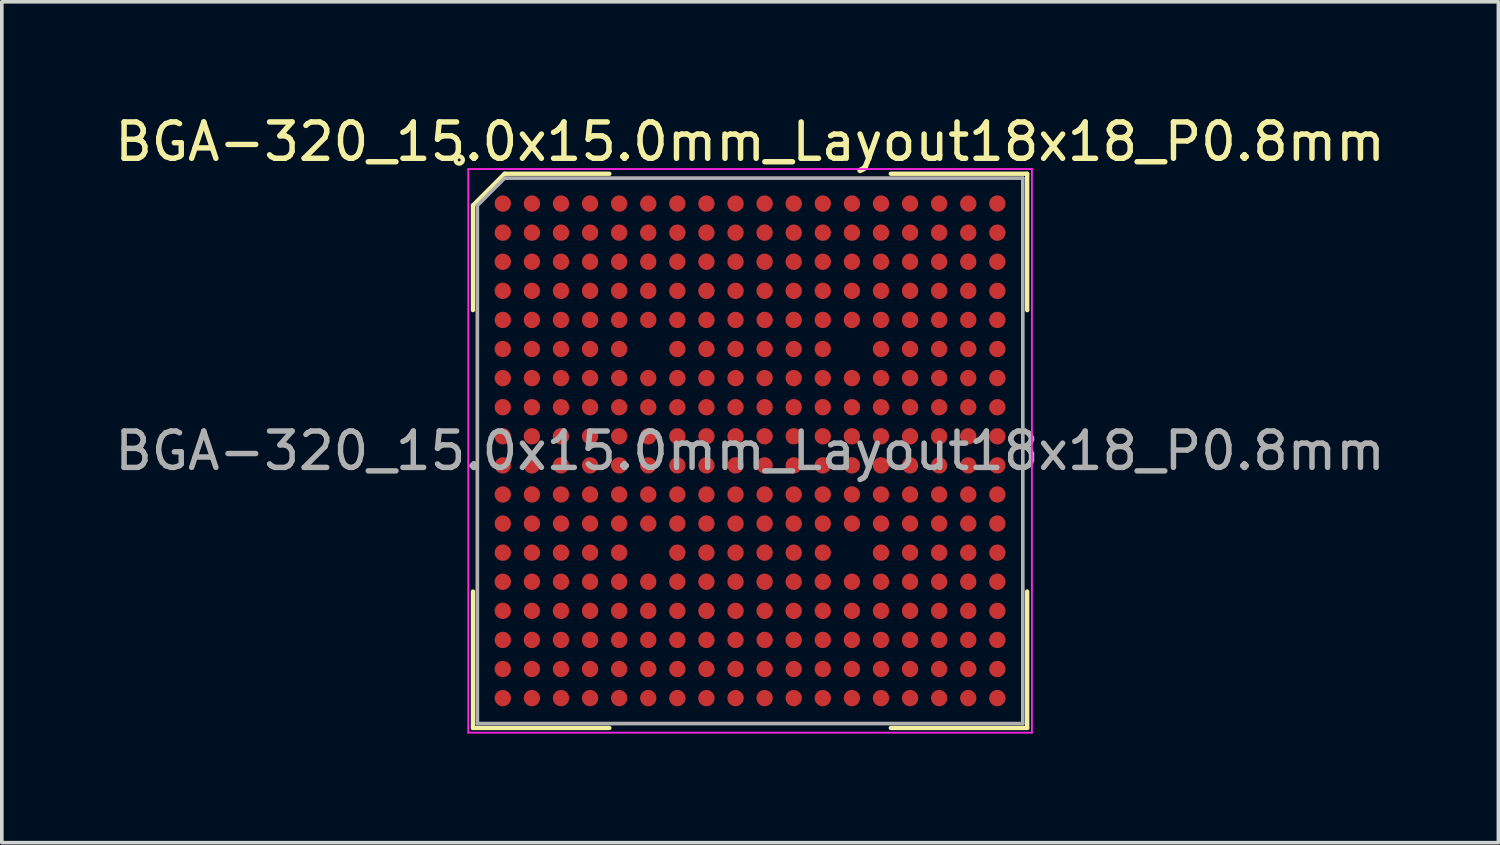
<source format=kicad_pcb>
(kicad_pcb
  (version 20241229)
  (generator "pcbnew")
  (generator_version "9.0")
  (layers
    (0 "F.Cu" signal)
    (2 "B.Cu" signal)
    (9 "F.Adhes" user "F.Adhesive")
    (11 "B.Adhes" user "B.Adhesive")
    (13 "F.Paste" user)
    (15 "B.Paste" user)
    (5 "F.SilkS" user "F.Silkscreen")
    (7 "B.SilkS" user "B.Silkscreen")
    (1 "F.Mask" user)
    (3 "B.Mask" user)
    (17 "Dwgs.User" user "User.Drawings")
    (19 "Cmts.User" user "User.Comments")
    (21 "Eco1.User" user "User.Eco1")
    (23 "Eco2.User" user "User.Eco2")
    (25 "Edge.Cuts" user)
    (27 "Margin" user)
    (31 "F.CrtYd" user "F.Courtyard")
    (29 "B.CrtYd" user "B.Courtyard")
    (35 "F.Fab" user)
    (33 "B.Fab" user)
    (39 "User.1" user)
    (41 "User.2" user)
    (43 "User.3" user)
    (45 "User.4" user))
  (footprint "BGA-320_15.0x15.0mm_Layout18x18_P0.8mm"
    (layer "F.Cu")
    (at 17.577 9.348)
    (property "Reference" "BGA-320_15.0x15.0mm_Layout18x18_P0.8mm" (at 0 -8.5 0) (layer "F.SilkS") (effects (font (size 1 1) (thickness 0.15))))
    (attr smd)
    (fp_line (start -7.62 -6.75) (end -7.62 -3.87) (stroke (width 0.12) (type solid)) (layer "F.SilkS"))
    (fp_line (start -7.62 7.62) (end -7.62 3.87) (stroke (width 0.12) (type solid)) (layer "F.SilkS"))
    (fp_line (start -6.75 -7.62) (end -7.62 -6.75) (stroke (width 0.12) (type solid)) (layer "F.SilkS"))
    (fp_line (start -3.87 -7.62) (end -6.75 -7.62) (stroke (width 0.12) (type solid)) (layer "F.SilkS"))
    (fp_line (start -3.87 7.62) (end -7.62 7.62) (stroke (width 0.12) (type solid)) (layer "F.SilkS"))
    (fp_line (start 3.87 -7.62) (end 7.62 -7.62) (stroke (width 0.12) (type solid)) (layer "F.SilkS"))
    (fp_line (start 3.87 7.62) (end 7.62 7.62) (stroke (width 0.12) (type solid)) (layer "F.SilkS"))
    (fp_line (start 7.62 -7.62) (end 7.62 -3.87) (stroke (width 0.12) (type solid)) (layer "F.SilkS"))
    (fp_line (start 7.62 7.62) (end 7.62 3.87) (stroke (width 0.12) (type solid)) (layer "F.SilkS"))
    (fp_circle (center -8 -8) (end -7.9 -8) (stroke (width 0.12) (type solid)) (fill no) (layer "F.SilkS"))
    (fp_line (start -7.75 -7.75) (end 7.75 -7.75) (stroke (width 0.05) (type solid)) (layer "F.CrtYd"))
    (fp_line (start -7.75 7.75) (end -7.75 -7.75) (stroke (width 0.05) (type solid)) (layer "F.CrtYd"))
    (fp_line (start 7.75 -7.75) (end 7.75 7.75) (stroke (width 0.05) (type solid)) (layer "F.CrtYd"))
    (fp_line (start 7.75 7.75) (end -7.75 7.75) (stroke (width 0.05) (type solid)) (layer "F.CrtYd"))
    (fp_line (start -7.5 -6.75) (end -7.5 7.5) (stroke (width 0.1) (type solid)) (layer "F.Fab"))
    (fp_line (start -7.5 7.5) (end 7.5 7.5) (stroke (width 0.1) (type solid)) (layer "F.Fab"))
    (fp_line (start -6.75 -7.5) (end -7.5 -6.75) (stroke (width 0.1) (type solid)) (layer "F.Fab"))
    (fp_line (start 7.5 -7.5) (end -6.75 -7.5) (stroke (width 0.1) (type solid)) (layer "F.Fab"))
    (fp_line (start 7.5 7.5) (end 7.5 -7.5) (stroke (width 0.1) (type solid)) (layer "F.Fab"))
    (fp_text user "${REFERENCE}" (at 0 0 0) (layer "F.Fab") (effects (font (size 1 1) (thickness 0.15))))
    (pad "A1" smd circle (at -6.8 -6.8) (size 0.45 0.45) (layers "F.Cu" "F.Mask" "F.Paste"))
    (pad "A2" smd circle (at -6 -6.8) (size 0.45 0.45) (layers "F.Cu" "F.Mask" "F.Paste"))
    (pad "A3" smd circle (at -5.2 -6.8) (size 0.45 0.45) (layers "F.Cu" "F.Mask" "F.Paste"))
    (pad "A4" smd circle (at -4.4 -6.8) (size 0.45 0.45) (layers "F.Cu" "F.Mask" "F.Paste"))
    (pad "A5" smd circle (at -3.6 -6.8) (size 0.45 0.45) (layers "F.Cu" "F.Mask" "F.Paste"))
    (pad "A6" smd circle (at -2.8 -6.8) (size 0.45 0.45) (layers "F.Cu" "F.Mask" "F.Paste"))
    (pad "A7" smd circle (at -2 -6.8) (size 0.45 0.45) (layers "F.Cu" "F.Mask" "F.Paste"))
    (pad "A8" smd circle (at -1.2 -6.8) (size 0.45 0.45) (layers "F.Cu" "F.Mask" "F.Paste"))
    (pad "A9" smd circle (at -0.4 -6.8) (size 0.45 0.45) (layers "F.Cu" "F.Mask" "F.Paste"))
    (pad "A10" smd circle (at 0.4 -6.8) (size 0.45 0.45) (layers "F.Cu" "F.Mask" "F.Paste"))
    (pad "A11" smd circle (at 1.2 -6.8) (size 0.45 0.45) (layers "F.Cu" "F.Mask" "F.Paste"))
    (pad "A12" smd circle (at 2 -6.8) (size 0.45 0.45) (layers "F.Cu" "F.Mask" "F.Paste"))
    (pad "A13" smd circle (at 2.8 -6.8) (size 0.45 0.45) (layers "F.Cu" "F.Mask" "F.Paste"))
    (pad "A14" smd circle (at 3.6 -6.8) (size 0.45 0.45) (layers "F.Cu" "F.Mask" "F.Paste"))
    (pad "A15" smd circle (at 4.4 -6.8) (size 0.45 0.45) (layers "F.Cu" "F.Mask" "F.Paste"))
    (pad "A16" smd circle (at 5.2 -6.8) (size 0.45 0.45) (layers "F.Cu" "F.Mask" "F.Paste"))
    (pad "A17" smd circle (at 6 -6.8) (size 0.45 0.45) (layers "F.Cu" "F.Mask" "F.Paste"))
    (pad "A18" smd circle (at 6.8 -6.8) (size 0.45 0.45) (layers "F.Cu" "F.Mask" "F.Paste"))
    (pad "B1" smd circle (at -6.8 -6) (size 0.45 0.45) (layers "F.Cu" "F.Mask" "F.Paste"))
    (pad "B2" smd circle (at -6 -6) (size 0.45 0.45) (layers "F.Cu" "F.Mask" "F.Paste"))
    (pad "B3" smd circle (at -5.2 -6) (size 0.45 0.45) (layers "F.Cu" "F.Mask" "F.Paste"))
    (pad "B4" smd circle (at -4.4 -6) (size 0.45 0.45) (layers "F.Cu" "F.Mask" "F.Paste"))
    (pad "B5" smd circle (at -3.6 -6) (size 0.45 0.45) (layers "F.Cu" "F.Mask" "F.Paste"))
    (pad "B6" smd circle (at -2.8 -6) (size 0.45 0.45) (layers "F.Cu" "F.Mask" "F.Paste"))
    (pad "B7" smd circle (at -2 -6) (size 0.45 0.45) (layers "F.Cu" "F.Mask" "F.Paste"))
    (pad "B8" smd circle (at -1.2 -6) (size 0.45 0.45) (layers "F.Cu" "F.Mask" "F.Paste"))
    (pad "B9" smd circle (at -0.4 -6) (size 0.45 0.45) (layers "F.Cu" "F.Mask" "F.Paste"))
    (pad "B10" smd circle (at 0.4 -6) (size 0.45 0.45) (layers "F.Cu" "F.Mask" "F.Paste"))
    (pad "B11" smd circle (at 1.2 -6) (size 0.45 0.45) (layers "F.Cu" "F.Mask" "F.Paste"))
    (pad "B12" smd circle (at 2 -6) (size 0.45 0.45) (layers "F.Cu" "F.Mask" "F.Paste"))
    (pad "B13" smd circle (at 2.8 -6) (size 0.45 0.45) (layers "F.Cu" "F.Mask" "F.Paste"))
    (pad "B14" smd circle (at 3.6 -6) (size 0.45 0.45) (layers "F.Cu" "F.Mask" "F.Paste"))
    (pad "B15" smd circle (at 4.4 -6) (size 0.45 0.45) (layers "F.Cu" "F.Mask" "F.Paste"))
    (pad "B16" smd circle (at 5.2 -6) (size 0.45 0.45) (layers "F.Cu" "F.Mask" "F.Paste"))
    (pad "B17" smd circle (at 6 -6) (size 0.45 0.45) (layers "F.Cu" "F.Mask" "F.Paste"))
    (pad "B18" smd circle (at 6.8 -6) (size 0.45 0.45) (layers "F.Cu" "F.Mask" "F.Paste"))
    (pad "C1" smd circle (at -6.8 -5.2) (size 0.45 0.45) (layers "F.Cu" "F.Mask" "F.Paste"))
    (pad "C2" smd circle (at -6 -5.2) (size 0.45 0.45) (layers "F.Cu" "F.Mask" "F.Paste"))
    (pad "C3" smd circle (at -5.2 -5.2) (size 0.45 0.45) (layers "F.Cu" "F.Mask" "F.Paste"))
    (pad "C4" smd circle (at -4.4 -5.2) (size 0.45 0.45) (layers "F.Cu" "F.Mask" "F.Paste"))
    (pad "C5" smd circle (at -3.6 -5.2) (size 0.45 0.45) (layers "F.Cu" "F.Mask" "F.Paste"))
    (pad "C6" smd circle (at -2.8 -5.2) (size 0.45 0.45) (layers "F.Cu" "F.Mask" "F.Paste"))
    (pad "C7" smd circle (at -2 -5.2) (size 0.45 0.45) (layers "F.Cu" "F.Mask" "F.Paste"))
    (pad "C8" smd circle (at -1.2 -5.2) (size 0.45 0.45) (layers "F.Cu" "F.Mask" "F.Paste"))
    (pad "C9" smd circle (at -0.4 -5.2) (size 0.45 0.45) (layers "F.Cu" "F.Mask" "F.Paste"))
    (pad "C10" smd circle (at 0.4 -5.2) (size 0.45 0.45) (layers "F.Cu" "F.Mask" "F.Paste"))
    (pad "C11" smd circle (at 1.2 -5.2) (size 0.45 0.45) (layers "F.Cu" "F.Mask" "F.Paste"))
    (pad "C12" smd circle (at 2 -5.2) (size 0.45 0.45) (layers "F.Cu" "F.Mask" "F.Paste"))
    (pad "C13" smd circle (at 2.8 -5.2) (size 0.45 0.45) (layers "F.Cu" "F.Mask" "F.Paste"))
    (pad "C14" smd circle (at 3.6 -5.2) (size 0.45 0.45) (layers "F.Cu" "F.Mask" "F.Paste"))
    (pad "C15" smd circle (at 4.4 -5.2) (size 0.45 0.45) (layers "F.Cu" "F.Mask" "F.Paste"))
    (pad "C16" smd circle (at 5.2 -5.2) (size 0.45 0.45) (layers "F.Cu" "F.Mask" "F.Paste"))
    (pad "C17" smd circle (at 6 -5.2) (size 0.45 0.45) (layers "F.Cu" "F.Mask" "F.Paste"))
    (pad "C18" smd circle (at 6.8 -5.2) (size 0.45 0.45) (layers "F.Cu" "F.Mask" "F.Paste"))
    (pad "D1" smd circle (at -6.8 -4.4) (size 0.45 0.45) (layers "F.Cu" "F.Mask" "F.Paste"))
    (pad "D2" smd circle (at -6 -4.4) (size 0.45 0.45) (layers "F.Cu" "F.Mask" "F.Paste"))
    (pad "D3" smd circle (at -5.2 -4.4) (size 0.45 0.45) (layers "F.Cu" "F.Mask" "F.Paste"))
    (pad "D4" smd circle (at -4.4 -4.4) (size 0.45 0.45) (layers "F.Cu" "F.Mask" "F.Paste"))
    (pad "D5" smd circle (at -3.6 -4.4) (size 0.45 0.45) (layers "F.Cu" "F.Mask" "F.Paste"))
    (pad "D6" smd circle (at -2.8 -4.4) (size 0.45 0.45) (layers "F.Cu" "F.Mask" "F.Paste"))
    (pad "D7" smd circle (at -2 -4.4) (size 0.45 0.45) (layers "F.Cu" "F.Mask" "F.Paste"))
    (pad "D8" smd circle (at -1.2 -4.4) (size 0.45 0.45) (layers "F.Cu" "F.Mask" "F.Paste"))
    (pad "D9" smd circle (at -0.4 -4.4) (size 0.45 0.45) (layers "F.Cu" "F.Mask" "F.Paste"))
    (pad "D10" smd circle (at 0.4 -4.4) (size 0.45 0.45) (layers "F.Cu" "F.Mask" "F.Paste"))
    (pad "D11" smd circle (at 1.2 -4.4) (size 0.45 0.45) (layers "F.Cu" "F.Mask" "F.Paste"))
    (pad "D12" smd circle (at 2 -4.4) (size 0.45 0.45) (layers "F.Cu" "F.Mask" "F.Paste"))
    (pad "D13" smd circle (at 2.8 -4.4) (size 0.45 0.45) (layers "F.Cu" "F.Mask" "F.Paste"))
    (pad "D14" smd circle (at 3.6 -4.4) (size 0.45 0.45) (layers "F.Cu" "F.Mask" "F.Paste"))
    (pad "D15" smd circle (at 4.4 -4.4) (size 0.45 0.45) (layers "F.Cu" "F.Mask" "F.Paste"))
    (pad "D16" smd circle (at 5.2 -4.4) (size 0.45 0.45) (layers "F.Cu" "F.Mask" "F.Paste"))
    (pad "D17" smd circle (at 6 -4.4) (size 0.45 0.45) (layers "F.Cu" "F.Mask" "F.Paste"))
    (pad "D18" smd circle (at 6.8 -4.4) (size 0.45 0.45) (layers "F.Cu" "F.Mask" "F.Paste"))
    (pad "E1" smd circle (at -6.8 -3.6) (size 0.45 0.45) (layers "F.Cu" "F.Mask" "F.Paste"))
    (pad "E2" smd circle (at -6 -3.6) (size 0.45 0.45) (layers "F.Cu" "F.Mask" "F.Paste"))
    (pad "E3" smd circle (at -5.2 -3.6) (size 0.45 0.45) (layers "F.Cu" "F.Mask" "F.Paste"))
    (pad "E4" smd circle (at -4.4 -3.6) (size 0.45 0.45) (layers "F.Cu" "F.Mask" "F.Paste"))
    (pad "E5" smd circle (at -3.6 -3.6) (size 0.45 0.45) (layers "F.Cu" "F.Mask" "F.Paste"))
    (pad "E6" smd circle (at -2.8 -3.6) (size 0.45 0.45) (layers "F.Cu" "F.Mask" "F.Paste"))
    (pad "E7" smd circle (at -2 -3.6) (size 0.45 0.45) (layers "F.Cu" "F.Mask" "F.Paste"))
    (pad "E8" smd circle (at -1.2 -3.6) (size 0.45 0.45) (layers "F.Cu" "F.Mask" "F.Paste"))
    (pad "E9" smd circle (at -0.4 -3.6) (size 0.45 0.45) (layers "F.Cu" "F.Mask" "F.Paste"))
    (pad "E10" smd circle (at 0.4 -3.6) (size 0.45 0.45) (layers "F.Cu" "F.Mask" "F.Paste"))
    (pad "E11" smd circle (at 1.2 -3.6) (size 0.45 0.45) (layers "F.Cu" "F.Mask" "F.Paste"))
    (pad "E12" smd circle (at 2 -3.6) (size 0.45 0.45) (layers "F.Cu" "F.Mask" "F.Paste"))
    (pad "E13" smd circle (at 2.8 -3.6) (size 0.45 0.45) (layers "F.Cu" "F.Mask" "F.Paste"))
    (pad "E14" smd circle (at 3.6 -3.6) (size 0.45 0.45) (layers "F.Cu" "F.Mask" "F.Paste"))
    (pad "E15" smd circle (at 4.4 -3.6) (size 0.45 0.45) (layers "F.Cu" "F.Mask" "F.Paste"))
    (pad "E16" smd circle (at 5.2 -3.6) (size 0.45 0.45) (layers "F.Cu" "F.Mask" "F.Paste"))
    (pad "E17" smd circle (at 6 -3.6) (size 0.45 0.45) (layers "F.Cu" "F.Mask" "F.Paste"))
    (pad "E18" smd circle (at 6.8 -3.6) (size 0.45 0.45) (layers "F.Cu" "F.Mask" "F.Paste"))
    (pad "F1" smd circle (at -6.8 -2.8) (size 0.45 0.45) (layers "F.Cu" "F.Mask" "F.Paste"))
    (pad "F2" smd circle (at -6 -2.8) (size 0.45 0.45) (layers "F.Cu" "F.Mask" "F.Paste"))
    (pad "F3" smd circle (at -5.2 -2.8) (size 0.45 0.45) (layers "F.Cu" "F.Mask" "F.Paste"))
    (pad "F4" smd circle (at -4.4 -2.8) (size 0.45 0.45) (layers "F.Cu" "F.Mask" "F.Paste"))
    (pad "F5" smd circle (at -3.6 -2.8) (size 0.45 0.45) (layers "F.Cu" "F.Mask" "F.Paste"))
    (pad "F7" smd circle (at -2 -2.8) (size 0.45 0.45) (layers "F.Cu" "F.Mask" "F.Paste"))
    (pad "F8" smd circle (at -1.2 -2.8) (size 0.45 0.45) (layers "F.Cu" "F.Mask" "F.Paste"))
    (pad "F9" smd circle (at -0.4 -2.8) (size 0.45 0.45) (layers "F.Cu" "F.Mask" "F.Paste"))
    (pad "F10" smd circle (at 0.4 -2.8) (size 0.45 0.45) (layers "F.Cu" "F.Mask" "F.Paste"))
    (pad "F11" smd circle (at 1.2 -2.8) (size 0.45 0.45) (layers "F.Cu" "F.Mask" "F.Paste"))
    (pad "F12" smd circle (at 2 -2.8) (size 0.45 0.45) (layers "F.Cu" "F.Mask" "F.Paste"))
    (pad "F14" smd circle (at 3.6 -2.8) (size 0.45 0.45) (layers "F.Cu" "F.Mask" "F.Paste"))
    (pad "F15" smd circle (at 4.4 -2.8) (size 0.45 0.45) (layers "F.Cu" "F.Mask" "F.Paste"))
    (pad "F16" smd circle (at 5.2 -2.8) (size 0.45 0.45) (layers "F.Cu" "F.Mask" "F.Paste"))
    (pad "F17" smd circle (at 6 -2.8) (size 0.45 0.45) (layers "F.Cu" "F.Mask" "F.Paste"))
    (pad "F18" smd circle (at 6.8 -2.8) (size 0.45 0.45) (layers "F.Cu" "F.Mask" "F.Paste"))
    (pad "G1" smd circle (at -6.8 -2) (size 0.45 0.45) (layers "F.Cu" "F.Mask" "F.Paste"))
    (pad "G2" smd circle (at -6 -2) (size 0.45 0.45) (layers "F.Cu" "F.Mask" "F.Paste"))
    (pad "G3" smd circle (at -5.2 -2) (size 0.45 0.45) (layers "F.Cu" "F.Mask" "F.Paste"))
    (pad "G4" smd circle (at -4.4 -2) (size 0.45 0.45) (layers "F.Cu" "F.Mask" "F.Paste"))
    (pad "G5" smd circle (at -3.6 -2) (size 0.45 0.45) (layers "F.Cu" "F.Mask" "F.Paste"))
    (pad "G6" smd circle (at -2.8 -2) (size 0.45 0.45) (layers "F.Cu" "F.Mask" "F.Paste"))
    (pad "G7" smd circle (at -2 -2) (size 0.45 0.45) (layers "F.Cu" "F.Mask" "F.Paste"))
    (pad "G8" smd circle (at -1.2 -2) (size 0.45 0.45) (layers "F.Cu" "F.Mask" "F.Paste"))
    (pad "G9" smd circle (at -0.4 -2) (size 0.45 0.45) (layers "F.Cu" "F.Mask" "F.Paste"))
    (pad "G10" smd circle (at 0.4 -2) (size 0.45 0.45) (layers "F.Cu" "F.Mask" "F.Paste"))
    (pad "G11" smd circle (at 1.2 -2) (size 0.45 0.45) (layers "F.Cu" "F.Mask" "F.Paste"))
    (pad "G12" smd circle (at 2 -2) (size 0.45 0.45) (layers "F.Cu" "F.Mask" "F.Paste"))
    (pad "G13" smd circle (at 2.8 -2) (size 0.45 0.45) (layers "F.Cu" "F.Mask" "F.Paste"))
    (pad "G14" smd circle (at 3.6 -2) (size 0.45 0.45) (layers "F.Cu" "F.Mask" "F.Paste"))
    (pad "G15" smd circle (at 4.4 -2) (size 0.45 0.45) (layers "F.Cu" "F.Mask" "F.Paste"))
    (pad "G16" smd circle (at 5.2 -2) (size 0.45 0.45) (layers "F.Cu" "F.Mask" "F.Paste"))
    (pad "G17" smd circle (at 6 -2) (size 0.45 0.45) (layers "F.Cu" "F.Mask" "F.Paste"))
    (pad "G18" smd circle (at 6.8 -2) (size 0.45 0.45) (layers "F.Cu" "F.Mask" "F.Paste"))
    (pad "H1" smd circle (at -6.8 -1.2) (size 0.45 0.45) (layers "F.Cu" "F.Mask" "F.Paste"))
    (pad "H2" smd circle (at -6 -1.2) (size 0.45 0.45) (layers "F.Cu" "F.Mask" "F.Paste"))
    (pad "H3" smd circle (at -5.2 -1.2) (size 0.45 0.45) (layers "F.Cu" "F.Mask" "F.Paste"))
    (pad "H4" smd circle (at -4.4 -1.2) (size 0.45 0.45) (layers "F.Cu" "F.Mask" "F.Paste"))
    (pad "H5" smd circle (at -3.6 -1.2) (size 0.45 0.45) (layers "F.Cu" "F.Mask" "F.Paste"))
    (pad "H6" smd circle (at -2.8 -1.2) (size 0.45 0.45) (layers "F.Cu" "F.Mask" "F.Paste"))
    (pad "H7" smd circle (at -2 -1.2) (size 0.45 0.45) (layers "F.Cu" "F.Mask" "F.Paste"))
    (pad "H8" smd circle (at -1.2 -1.2) (size 0.45 0.45) (layers "F.Cu" "F.Mask" "F.Paste"))
    (pad "H9" smd circle (at -0.4 -1.2) (size 0.45 0.45) (layers "F.Cu" "F.Mask" "F.Paste"))
    (pad "H10" smd circle (at 0.4 -1.2) (size 0.45 0.45) (layers "F.Cu" "F.Mask" "F.Paste"))
    (pad "H11" smd circle (at 1.2 -1.2) (size 0.45 0.45) (layers "F.Cu" "F.Mask" "F.Paste"))
    (pad "H12" smd circle (at 2 -1.2) (size 0.45 0.45) (layers "F.Cu" "F.Mask" "F.Paste"))
    (pad "H13" smd circle (at 2.8 -1.2) (size 0.45 0.45) (layers "F.Cu" "F.Mask" "F.Paste"))
    (pad "H14" smd circle (at 3.6 -1.2) (size 0.45 0.45) (layers "F.Cu" "F.Mask" "F.Paste"))
    (pad "H15" smd circle (at 4.4 -1.2) (size 0.45 0.45) (layers "F.Cu" "F.Mask" "F.Paste"))
    (pad "H16" smd circle (at 5.2 -1.2) (size 0.45 0.45) (layers "F.Cu" "F.Mask" "F.Paste"))
    (pad "H17" smd circle (at 6 -1.2) (size 0.45 0.45) (layers "F.Cu" "F.Mask" "F.Paste"))
    (pad "H18" smd circle (at 6.8 -1.2) (size 0.45 0.45) (layers "F.Cu" "F.Mask" "F.Paste"))
    (pad "J1" smd circle (at -6.8 -0.4) (size 0.45 0.45) (layers "F.Cu" "F.Mask" "F.Paste"))
    (pad "J2" smd circle (at -6 -0.4) (size 0.45 0.45) (layers "F.Cu" "F.Mask" "F.Paste"))
    (pad "J3" smd circle (at -5.2 -0.4) (size 0.45 0.45) (layers "F.Cu" "F.Mask" "F.Paste"))
    (pad "J4" smd circle (at -4.4 -0.4) (size 0.45 0.45) (layers "F.Cu" "F.Mask" "F.Paste"))
    (pad "J5" smd circle (at -3.6 -0.4) (size 0.45 0.45) (layers "F.Cu" "F.Mask" "F.Paste"))
    (pad "J6" smd circle (at -2.8 -0.4) (size 0.45 0.45) (layers "F.Cu" "F.Mask" "F.Paste"))
    (pad "J7" smd circle (at -2 -0.4) (size 0.45 0.45) (layers "F.Cu" "F.Mask" "F.Paste"))
    (pad "J8" smd circle (at -1.2 -0.4) (size 0.45 0.45) (layers "F.Cu" "F.Mask" "F.Paste"))
    (pad "J9" smd circle (at -0.4 -0.4) (size 0.45 0.45) (layers "F.Cu" "F.Mask" "F.Paste"))
    (pad "J10" smd circle (at 0.4 -0.4) (size 0.45 0.45) (layers "F.Cu" "F.Mask" "F.Paste"))
    (pad "J11" smd circle (at 1.2 -0.4) (size 0.45 0.45) (layers "F.Cu" "F.Mask" "F.Paste"))
    (pad "J12" smd circle (at 2 -0.4) (size 0.45 0.45) (layers "F.Cu" "F.Mask" "F.Paste"))
    (pad "J13" smd circle (at 2.8 -0.4) (size 0.45 0.45) (layers "F.Cu" "F.Mask" "F.Paste"))
    (pad "J14" smd circle (at 3.6 -0.4) (size 0.45 0.45) (layers "F.Cu" "F.Mask" "F.Paste"))
    (pad "J15" smd circle (at 4.4 -0.4) (size 0.45 0.45) (layers "F.Cu" "F.Mask" "F.Paste"))
    (pad "J16" smd circle (at 5.2 -0.4) (size 0.45 0.45) (layers "F.Cu" "F.Mask" "F.Paste"))
    (pad "J17" smd circle (at 6 -0.4) (size 0.45 0.45) (layers "F.Cu" "F.Mask" "F.Paste"))
    (pad "J18" smd circle (at 6.8 -0.4) (size 0.45 0.45) (layers "F.Cu" "F.Mask" "F.Paste"))
    (pad "K1" smd circle (at -6.8 0.4) (size 0.45 0.45) (layers "F.Cu" "F.Mask" "F.Paste"))
    (pad "K2" smd circle (at -6 0.4) (size 0.45 0.45) (layers "F.Cu" "F.Mask" "F.Paste"))
    (pad "K3" smd circle (at -5.2 0.4) (size 0.45 0.45) (layers "F.Cu" "F.Mask" "F.Paste"))
    (pad "K4" smd circle (at -4.4 0.4) (size 0.45 0.45) (layers "F.Cu" "F.Mask" "F.Paste"))
    (pad "K5" smd circle (at -3.6 0.4) (size 0.45 0.45) (layers "F.Cu" "F.Mask" "F.Paste"))
    (pad "K6" smd circle (at -2.8 0.4) (size 0.45 0.45) (layers "F.Cu" "F.Mask" "F.Paste"))
    (pad "K7" smd circle (at -2 0.4) (size 0.45 0.45) (layers "F.Cu" "F.Mask" "F.Paste"))
    (pad "K8" smd circle (at -1.2 0.4) (size 0.45 0.45) (layers "F.Cu" "F.Mask" "F.Paste"))
    (pad "K9" smd circle (at -0.4 0.4) (size 0.45 0.45) (layers "F.Cu" "F.Mask" "F.Paste"))
    (pad "K10" smd circle (at 0.4 0.4) (size 0.45 0.45) (layers "F.Cu" "F.Mask" "F.Paste"))
    (pad "K11" smd circle (at 1.2 0.4) (size 0.45 0.45) (layers "F.Cu" "F.Mask" "F.Paste"))
    (pad "K12" smd circle (at 2 0.4) (size 0.45 0.45) (layers "F.Cu" "F.Mask" "F.Paste"))
    (pad "K13" smd circle (at 2.8 0.4) (size 0.45 0.45) (layers "F.Cu" "F.Mask" "F.Paste"))
    (pad "K14" smd circle (at 3.6 0.4) (size 0.45 0.45) (layers "F.Cu" "F.Mask" "F.Paste"))
    (pad "K15" smd circle (at 4.4 0.4) (size 0.45 0.45) (layers "F.Cu" "F.Mask" "F.Paste"))
    (pad "K16" smd circle (at 5.2 0.4) (size 0.45 0.45) (layers "F.Cu" "F.Mask" "F.Paste"))
    (pad "K17" smd circle (at 6 0.4) (size 0.45 0.45) (layers "F.Cu" "F.Mask" "F.Paste"))
    (pad "K18" smd circle (at 6.8 0.4) (size 0.45 0.45) (layers "F.Cu" "F.Mask" "F.Paste"))
    (pad "L1" smd circle (at -6.8 1.2) (size 0.45 0.45) (layers "F.Cu" "F.Mask" "F.Paste"))
    (pad "L2" smd circle (at -6 1.2) (size 0.45 0.45) (layers "F.Cu" "F.Mask" "F.Paste"))
    (pad "L3" smd circle (at -5.2 1.2) (size 0.45 0.45) (layers "F.Cu" "F.Mask" "F.Paste"))
    (pad "L4" smd circle (at -4.4 1.2) (size 0.45 0.45) (layers "F.Cu" "F.Mask" "F.Paste"))
    (pad "L5" smd circle (at -3.6 1.2) (size 0.45 0.45) (layers "F.Cu" "F.Mask" "F.Paste"))
    (pad "L6" smd circle (at -2.8 1.2) (size 0.45 0.45) (layers "F.Cu" "F.Mask" "F.Paste"))
    (pad "L7" smd circle (at -2 1.2) (size 0.45 0.45) (layers "F.Cu" "F.Mask" "F.Paste"))
    (pad "L8" smd circle (at -1.2 1.2) (size 0.45 0.45) (layers "F.Cu" "F.Mask" "F.Paste"))
    (pad "L9" smd circle (at -0.4 1.2) (size 0.45 0.45) (layers "F.Cu" "F.Mask" "F.Paste"))
    (pad "L10" smd circle (at 0.4 1.2) (size 0.45 0.45) (layers "F.Cu" "F.Mask" "F.Paste"))
    (pad "L11" smd circle (at 1.2 1.2) (size 0.45 0.45) (layers "F.Cu" "F.Mask" "F.Paste"))
    (pad "L12" smd circle (at 2 1.2) (size 0.45 0.45) (layers "F.Cu" "F.Mask" "F.Paste"))
    (pad "L13" smd circle (at 2.8 1.2) (size 0.45 0.45) (layers "F.Cu" "F.Mask" "F.Paste"))
    (pad "L14" smd circle (at 3.6 1.2) (size 0.45 0.45) (layers "F.Cu" "F.Mask" "F.Paste"))
    (pad "L15" smd circle (at 4.4 1.2) (size 0.45 0.45) (layers "F.Cu" "F.Mask" "F.Paste"))
    (pad "L16" smd circle (at 5.2 1.2) (size 0.45 0.45) (layers "F.Cu" "F.Mask" "F.Paste"))
    (pad "L17" smd circle (at 6 1.2) (size 0.45 0.45) (layers "F.Cu" "F.Mask" "F.Paste"))
    (pad "L18" smd circle (at 6.8 1.2) (size 0.45 0.45) (layers "F.Cu" "F.Mask" "F.Paste"))
    (pad "M1" smd circle (at -6.8 2) (size 0.45 0.45) (layers "F.Cu" "F.Mask" "F.Paste"))
    (pad "M2" smd circle (at -6 2) (size 0.45 0.45) (layers "F.Cu" "F.Mask" "F.Paste"))
    (pad "M3" smd circle (at -5.2 2) (size 0.45 0.45) (layers "F.Cu" "F.Mask" "F.Paste"))
    (pad "M4" smd circle (at -4.4 2) (size 0.45 0.45) (layers "F.Cu" "F.Mask" "F.Paste"))
    (pad "M5" smd circle (at -3.6 2) (size 0.45 0.45) (layers "F.Cu" "F.Mask" "F.Paste"))
    (pad "M6" smd circle (at -2.8 2) (size 0.45 0.45) (layers "F.Cu" "F.Mask" "F.Paste"))
    (pad "M7" smd circle (at -2 2) (size 0.45 0.45) (layers "F.Cu" "F.Mask" "F.Paste"))
    (pad "M8" smd circle (at -1.2 2) (size 0.45 0.45) (layers "F.Cu" "F.Mask" "F.Paste"))
    (pad "M9" smd circle (at -0.4 2) (size 0.45 0.45) (layers "F.Cu" "F.Mask" "F.Paste"))
    (pad "M10" smd circle (at 0.4 2) (size 0.45 0.45) (layers "F.Cu" "F.Mask" "F.Paste"))
    (pad "M11" smd circle (at 1.2 2) (size 0.45 0.45) (layers "F.Cu" "F.Mask" "F.Paste"))
    (pad "M12" smd circle (at 2 2) (size 0.45 0.45) (layers "F.Cu" "F.Mask" "F.Paste"))
    (pad "M13" smd circle (at 2.8 2) (size 0.45 0.45) (layers "F.Cu" "F.Mask" "F.Paste"))
    (pad "M14" smd circle (at 3.6 2) (size 0.45 0.45) (layers "F.Cu" "F.Mask" "F.Paste"))
    (pad "M15" smd circle (at 4.4 2) (size 0.45 0.45) (layers "F.Cu" "F.Mask" "F.Paste"))
    (pad "M16" smd circle (at 5.2 2) (size 0.45 0.45) (layers "F.Cu" "F.Mask" "F.Paste"))
    (pad "M17" smd circle (at 6 2) (size 0.45 0.45) (layers "F.Cu" "F.Mask" "F.Paste"))
    (pad "M18" smd circle (at 6.8 2) (size 0.45 0.45) (layers "F.Cu" "F.Mask" "F.Paste"))
    (pad "N1" smd circle (at -6.8 2.8) (size 0.45 0.45) (layers "F.Cu" "F.Mask" "F.Paste"))
    (pad "N2" smd circle (at -6 2.8) (size 0.45 0.45) (layers "F.Cu" "F.Mask" "F.Paste"))
    (pad "N3" smd circle (at -5.2 2.8) (size 0.45 0.45) (layers "F.Cu" "F.Mask" "F.Paste"))
    (pad "N4" smd circle (at -4.4 2.8) (size 0.45 0.45) (layers "F.Cu" "F.Mask" "F.Paste"))
    (pad "N5" smd circle (at -3.6 2.8) (size 0.45 0.45) (layers "F.Cu" "F.Mask" "F.Paste"))
    (pad "N7" smd circle (at -2 2.8) (size 0.45 0.45) (layers "F.Cu" "F.Mask" "F.Paste"))
    (pad "N8" smd circle (at -1.2 2.8) (size 0.45 0.45) (layers "F.Cu" "F.Mask" "F.Paste"))
    (pad "N9" smd circle (at -0.4 2.8) (size 0.45 0.45) (layers "F.Cu" "F.Mask" "F.Paste"))
    (pad "N10" smd circle (at 0.4 2.8) (size 0.45 0.45) (layers "F.Cu" "F.Mask" "F.Paste"))
    (pad "N11" smd circle (at 1.2 2.8) (size 0.45 0.45) (layers "F.Cu" "F.Mask" "F.Paste"))
    (pad "N12" smd circle (at 2 2.8) (size 0.45 0.45) (layers "F.Cu" "F.Mask" "F.Paste"))
    (pad "N14" smd circle (at 3.6 2.8) (size 0.45 0.45) (layers "F.Cu" "F.Mask" "F.Paste"))
    (pad "N15" smd circle (at 4.4 2.8) (size 0.45 0.45) (layers "F.Cu" "F.Mask" "F.Paste"))
    (pad "N16" smd circle (at 5.2 2.8) (size 0.45 0.45) (layers "F.Cu" "F.Mask" "F.Paste"))
    (pad "N17" smd circle (at 6 2.8) (size 0.45 0.45) (layers "F.Cu" "F.Mask" "F.Paste"))
    (pad "N18" smd circle (at 6.8 2.8) (size 0.45 0.45) (layers "F.Cu" "F.Mask" "F.Paste"))
    (pad "P1" smd circle (at -6.8 3.6) (size 0.45 0.45) (layers "F.Cu" "F.Mask" "F.Paste"))
    (pad "P2" smd circle (at -6 3.6) (size 0.45 0.45) (layers "F.Cu" "F.Mask" "F.Paste"))
    (pad "P3" smd circle (at -5.2 3.6) (size 0.45 0.45) (layers "F.Cu" "F.Mask" "F.Paste"))
    (pad "P4" smd circle (at -4.4 3.6) (size 0.45 0.45) (layers "F.Cu" "F.Mask" "F.Paste"))
    (pad "P5" smd circle (at -3.6 3.6) (size 0.45 0.45) (layers "F.Cu" "F.Mask" "F.Paste"))
    (pad "P6" smd circle (at -2.8 3.6) (size 0.45 0.45) (layers "F.Cu" "F.Mask" "F.Paste"))
    (pad "P7" smd circle (at -2 3.6) (size 0.45 0.45) (layers "F.Cu" "F.Mask" "F.Paste"))
    (pad "P8" smd circle (at -1.2 3.6) (size 0.45 0.45) (layers "F.Cu" "F.Mask" "F.Paste"))
    (pad "P9" smd circle (at -0.4 3.6) (size 0.45 0.45) (layers "F.Cu" "F.Mask" "F.Paste"))
    (pad "P10" smd circle (at 0.4 3.6) (size 0.45 0.45) (layers "F.Cu" "F.Mask" "F.Paste"))
    (pad "P11" smd circle (at 1.2 3.6) (size 0.45 0.45) (layers "F.Cu" "F.Mask" "F.Paste"))
    (pad "P12" smd circle (at 2 3.6) (size 0.45 0.45) (layers "F.Cu" "F.Mask" "F.Paste"))
    (pad "P13" smd circle (at 2.8 3.6) (size 0.45 0.45) (layers "F.Cu" "F.Mask" "F.Paste"))
    (pad "P14" smd circle (at 3.6 3.6) (size 0.45 0.45) (layers "F.Cu" "F.Mask" "F.Paste"))
    (pad "P15" smd circle (at 4.4 3.6) (size 0.45 0.45) (layers "F.Cu" "F.Mask" "F.Paste"))
    (pad "P16" smd circle (at 5.2 3.6) (size 0.45 0.45) (layers "F.Cu" "F.Mask" "F.Paste"))
    (pad "P17" smd circle (at 6 3.6) (size 0.45 0.45) (layers "F.Cu" "F.Mask" "F.Paste"))
    (pad "P18" smd circle (at 6.8 3.6) (size 0.45 0.45) (layers "F.Cu" "F.Mask" "F.Paste"))
    (pad "R1" smd circle (at -6.8 4.4) (size 0.45 0.45) (layers "F.Cu" "F.Mask" "F.Paste"))
    (pad "R2" smd circle (at -6 4.4) (size 0.45 0.45) (layers "F.Cu" "F.Mask" "F.Paste"))
    (pad "R3" smd circle (at -5.2 4.4) (size 0.45 0.45) (layers "F.Cu" "F.Mask" "F.Paste"))
    (pad "R4" smd circle (at -4.4 4.4) (size 0.45 0.45) (layers "F.Cu" "F.Mask" "F.Paste"))
    (pad "R5" smd circle (at -3.6 4.4) (size 0.45 0.45) (layers "F.Cu" "F.Mask" "F.Paste"))
    (pad "R6" smd circle (at -2.8 4.4) (size 0.45 0.45) (layers "F.Cu" "F.Mask" "F.Paste"))
    (pad "R7" smd circle (at -2 4.4) (size 0.45 0.45) (layers "F.Cu" "F.Mask" "F.Paste"))
    (pad "R8" smd circle (at -1.2 4.4) (size 0.45 0.45) (layers "F.Cu" "F.Mask" "F.Paste"))
    (pad "R9" smd circle (at -0.4 4.4) (size 0.45 0.45) (layers "F.Cu" "F.Mask" "F.Paste"))
    (pad "R10" smd circle (at 0.4 4.4) (size 0.45 0.45) (layers "F.Cu" "F.Mask" "F.Paste"))
    (pad "R11" smd circle (at 1.2 4.4) (size 0.45 0.45) (layers "F.Cu" "F.Mask" "F.Paste"))
    (pad "R12" smd circle (at 2 4.4) (size 0.45 0.45) (layers "F.Cu" "F.Mask" "F.Paste"))
    (pad "R13" smd circle (at 2.8 4.4) (size 0.45 0.45) (layers "F.Cu" "F.Mask" "F.Paste"))
    (pad "R14" smd circle (at 3.6 4.4) (size 0.45 0.45) (layers "F.Cu" "F.Mask" "F.Paste"))
    (pad "R15" smd circle (at 4.4 4.4) (size 0.45 0.45) (layers "F.Cu" "F.Mask" "F.Paste"))
    (pad "R16" smd circle (at 5.2 4.4) (size 0.45 0.45) (layers "F.Cu" "F.Mask" "F.Paste"))
    (pad "R17" smd circle (at 6 4.4) (size 0.45 0.45) (layers "F.Cu" "F.Mask" "F.Paste"))
    (pad "R18" smd circle (at 6.8 4.4) (size 0.45 0.45) (layers "F.Cu" "F.Mask" "F.Paste"))
    (pad "T1" smd circle (at -6.8 5.2) (size 0.45 0.45) (layers "F.Cu" "F.Mask" "F.Paste"))
    (pad "T2" smd circle (at -6 5.2) (size 0.45 0.45) (layers "F.Cu" "F.Mask" "F.Paste"))
    (pad "T3" smd circle (at -5.2 5.2) (size 0.45 0.45) (layers "F.Cu" "F.Mask" "F.Paste"))
    (pad "T4" smd circle (at -4.4 5.2) (size 0.45 0.45) (layers "F.Cu" "F.Mask" "F.Paste"))
    (pad "T5" smd circle (at -3.6 5.2) (size 0.45 0.45) (layers "F.Cu" "F.Mask" "F.Paste"))
    (pad "T6" smd circle (at -2.8 5.2) (size 0.45 0.45) (layers "F.Cu" "F.Mask" "F.Paste"))
    (pad "T7" smd circle (at -2 5.2) (size 0.45 0.45) (layers "F.Cu" "F.Mask" "F.Paste"))
    (pad "T8" smd circle (at -1.2 5.2) (size 0.45 0.45) (layers "F.Cu" "F.Mask" "F.Paste"))
    (pad "T9" smd circle (at -0.4 5.2) (size 0.45 0.45) (layers "F.Cu" "F.Mask" "F.Paste"))
    (pad "T10" smd circle (at 0.4 5.2) (size 0.45 0.45) (layers "F.Cu" "F.Mask" "F.Paste"))
    (pad "T11" smd circle (at 1.2 5.2) (size 0.45 0.45) (layers "F.Cu" "F.Mask" "F.Paste"))
    (pad "T12" smd circle (at 2 5.2) (size 0.45 0.45) (layers "F.Cu" "F.Mask" "F.Paste"))
    (pad "T13" smd circle (at 2.8 5.2) (size 0.45 0.45) (layers "F.Cu" "F.Mask" "F.Paste"))
    (pad "T14" smd circle (at 3.6 5.2) (size 0.45 0.45) (layers "F.Cu" "F.Mask" "F.Paste"))
    (pad "T15" smd circle (at 4.4 5.2) (size 0.45 0.45) (layers "F.Cu" "F.Mask" "F.Paste"))
    (pad "T16" smd circle (at 5.2 5.2) (size 0.45 0.45) (layers "F.Cu" "F.Mask" "F.Paste"))
    (pad "T17" smd circle (at 6 5.2) (size 0.45 0.45) (layers "F.Cu" "F.Mask" "F.Paste"))
    (pad "T18" smd circle (at 6.8 5.2) (size 0.45 0.45) (layers "F.Cu" "F.Mask" "F.Paste"))
    (pad "U1" smd circle (at -6.8 6) (size 0.45 0.45) (layers "F.Cu" "F.Mask" "F.Paste"))
    (pad "U2" smd circle (at -6 6) (size 0.45 0.45) (layers "F.Cu" "F.Mask" "F.Paste"))
    (pad "U3" smd circle (at -5.2 6) (size 0.45 0.45) (layers "F.Cu" "F.Mask" "F.Paste"))
    (pad "U4" smd circle (at -4.4 6) (size 0.45 0.45) (layers "F.Cu" "F.Mask" "F.Paste"))
    (pad "U5" smd circle (at -3.6 6) (size 0.45 0.45) (layers "F.Cu" "F.Mask" "F.Paste"))
    (pad "U6" smd circle (at -2.8 6) (size 0.45 0.45) (layers "F.Cu" "F.Mask" "F.Paste"))
    (pad "U7" smd circle (at -2 6) (size 0.45 0.45) (layers "F.Cu" "F.Mask" "F.Paste"))
    (pad "U8" smd circle (at -1.2 6) (size 0.45 0.45) (layers "F.Cu" "F.Mask" "F.Paste"))
    (pad "U9" smd circle (at -0.4 6) (size 0.45 0.45) (layers "F.Cu" "F.Mask" "F.Paste"))
    (pad "U10" smd circle (at 0.4 6) (size 0.45 0.45) (layers "F.Cu" "F.Mask" "F.Paste"))
    (pad "U11" smd circle (at 1.2 6) (size 0.45 0.45) (layers "F.Cu" "F.Mask" "F.Paste"))
    (pad "U12" smd circle (at 2 6) (size 0.45 0.45) (layers "F.Cu" "F.Mask" "F.Paste"))
    (pad "U13" smd circle (at 2.8 6) (size 0.45 0.45) (layers "F.Cu" "F.Mask" "F.Paste"))
    (pad "U14" smd circle (at 3.6 6) (size 0.45 0.45) (layers "F.Cu" "F.Mask" "F.Paste"))
    (pad "U15" smd circle (at 4.4 6) (size 0.45 0.45) (layers "F.Cu" "F.Mask" "F.Paste"))
    (pad "U16" smd circle (at 5.2 6) (size 0.45 0.45) (layers "F.Cu" "F.Mask" "F.Paste"))
    (pad "U17" smd circle (at 6 6) (size 0.45 0.45) (layers "F.Cu" "F.Mask" "F.Paste"))
    (pad "U18" smd circle (at 6.8 6) (size 0.45 0.45) (layers "F.Cu" "F.Mask" "F.Paste"))
    (pad "V1" smd circle (at -6.8 6.8) (size 0.45 0.45) (layers "F.Cu" "F.Mask" "F.Paste"))
    (pad "V2" smd circle (at -6 6.8) (size 0.45 0.45) (layers "F.Cu" "F.Mask" "F.Paste"))
    (pad "V3" smd circle (at -5.2 6.8) (size 0.45 0.45) (layers "F.Cu" "F.Mask" "F.Paste"))
    (pad "V4" smd circle (at -4.4 6.8) (size 0.45 0.45) (layers "F.Cu" "F.Mask" "F.Paste"))
    (pad "V5" smd circle (at -3.6 6.8) (size 0.45 0.45) (layers "F.Cu" "F.Mask" "F.Paste"))
    (pad "V6" smd circle (at -2.8 6.8) (size 0.45 0.45) (layers "F.Cu" "F.Mask" "F.Paste"))
    (pad "V7" smd circle (at -2 6.8) (size 0.45 0.45) (layers "F.Cu" "F.Mask" "F.Paste"))
    (pad "V8" smd circle (at -1.2 6.8) (size 0.45 0.45) (layers "F.Cu" "F.Mask" "F.Paste"))
    (pad "V9" smd circle (at -0.4 6.8) (size 0.45 0.45) (layers "F.Cu" "F.Mask" "F.Paste"))
    (pad "V10" smd circle (at 0.4 6.8) (size 0.45 0.45) (layers "F.Cu" "F.Mask" "F.Paste"))
    (pad "V11" smd circle (at 1.2 6.8) (size 0.45 0.45) (layers "F.Cu" "F.Mask" "F.Paste"))
    (pad "V12" smd circle (at 2 6.8) (size 0.45 0.45) (layers "F.Cu" "F.Mask" "F.Paste"))
    (pad "V13" smd circle (at 2.8 6.8) (size 0.45 0.45) (layers "F.Cu" "F.Mask" "F.Paste"))
    (pad "V14" smd circle (at 3.6 6.8) (size 0.45 0.45) (layers "F.Cu" "F.Mask" "F.Paste"))
    (pad "V15" smd circle (at 4.4 6.8) (size 0.45 0.45) (layers "F.Cu" "F.Mask" "F.Paste"))
    (pad "V16" smd circle (at 5.2 6.8) (size 0.45 0.45) (layers "F.Cu" "F.Mask" "F.Paste"))
    (pad "V17" smd circle (at 6 6.8) (size 0.45 0.45) (layers "F.Cu" "F.Mask" "F.Paste"))
    (pad "V18" smd circle (at 6.8 6.8) (size 0.45 0.45) (layers "F.Cu" "F.Mask" "F.Paste")))
  (gr_rect
    (start -3 -3)
    (end 38.155 20.123)
    (stroke (width 0.1) (type default))
    (fill no)
    (layer "Edge.Cuts")))
</source>
